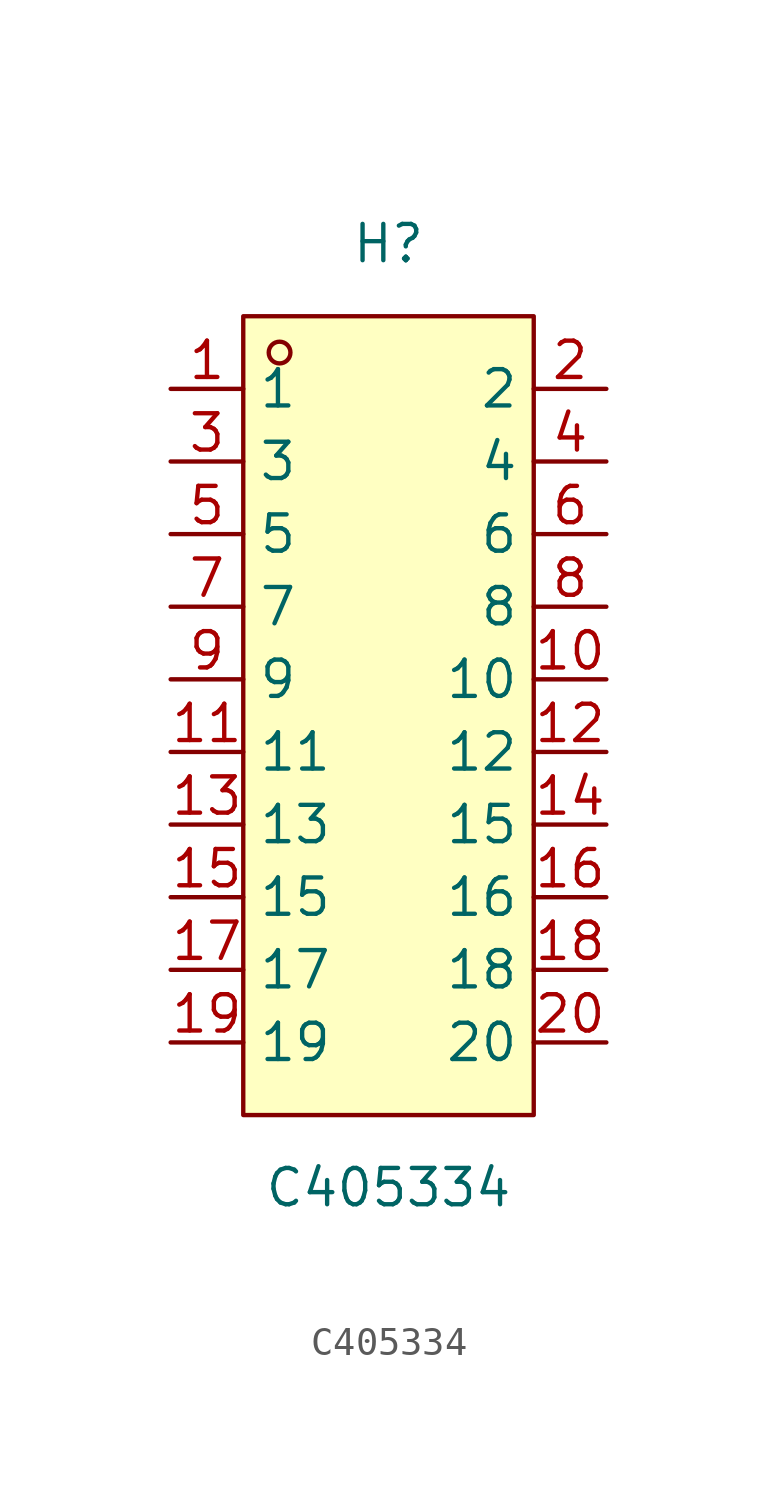
<source format=kicad_sym>
(kicad_symbol_lib
  (version 20211014)
  (generator https://github.com/uPesy/easyeda2kicad.py)
  (symbol "C405334"
    (property "Reference" "H"
      (at 0 16.51 0)
      (effects (font (size 1.27 1.27))))
    (property "Value" "C405334"
      (at 0 -16.51 0)
      (effects (font (size 1.27 1.27))))
    (symbol "C405334_0_1"
      (rectangle (start -5.08 13.97) (end 5.08 -13.97) (stroke (width 0) (type default) (color 0 0 0 0)) (fill (type background)))
      (circle (center -3.81 12.70) (radius 0.38) (stroke (width 0) (type default) (color 0 0 0 0)) (fill (type none)))
      (pin unspecified line (at -7.62 11.43 0) (length 2.54) (name "1" (effects (font (size 1.27 1.27)))) (number "1" (effects (font (size 1.27 1.27)))))
      (pin unspecified line (at 7.62 -11.43 180) (length 2.54) (name "20" (effects (font (size 1.27 1.27)))) (number "20" (effects (font (size 1.27 1.27)))))
      (pin unspecified line (at -7.62 8.89 0) (length 2.54) (name "3" (effects (font (size 1.27 1.27)))) (number "3" (effects (font (size 1.27 1.27)))))
      (pin unspecified line (at 7.62 -8.89 180) (length 2.54) (name "18" (effects (font (size 1.27 1.27)))) (number "18" (effects (font (size 1.27 1.27)))))
      (pin unspecified line (at -7.62 6.35 0) (length 2.54) (name "5" (effects (font (size 1.27 1.27)))) (number "5" (effects (font (size 1.27 1.27)))))
      (pin unspecified line (at 7.62 -6.35 180) (length 2.54) (name "16" (effects (font (size 1.27 1.27)))) (number "16" (effects (font (size 1.27 1.27)))))
      (pin unspecified line (at -7.62 3.81 0) (length 2.54) (name "7" (effects (font (size 1.27 1.27)))) (number "7" (effects (font (size 1.27 1.27)))))
      (pin unspecified line (at 7.62 -3.81 180) (length 2.54) (name "15" (effects (font (size 1.27 1.27)))) (number "14" (effects (font (size 1.27 1.27)))))
      (pin unspecified line (at -7.62 1.27 0) (length 2.54) (name "9" (effects (font (size 1.27 1.27)))) (number "9" (effects (font (size 1.27 1.27)))))
      (pin unspecified line (at 7.62 -1.27 180) (length 2.54) (name "12" (effects (font (size 1.27 1.27)))) (number "12" (effects (font (size 1.27 1.27)))))
      (pin unspecified line (at -7.62 -1.27 0) (length 2.54) (name "11" (effects (font (size 1.27 1.27)))) (number "11" (effects (font (size 1.27 1.27)))))
      (pin unspecified line (at 7.62 1.27 180) (length 2.54) (name "10" (effects (font (size 1.27 1.27)))) (number "10" (effects (font (size 1.27 1.27)))))
      (pin unspecified line (at -7.62 -3.81 0) (length 2.54) (name "13" (effects (font (size 1.27 1.27)))) (number "13" (effects (font (size 1.27 1.27)))))
      (pin unspecified line (at 7.62 3.81 180) (length 2.54) (name "8" (effects (font (size 1.27 1.27)))) (number "8" (effects (font (size 1.27 1.27)))))
      (pin unspecified line (at -7.62 -6.35 0) (length 2.54) (name "15" (effects (font (size 1.27 1.27)))) (number "15" (effects (font (size 1.27 1.27)))))
      (pin unspecified line (at 7.62 6.35 180) (length 2.54) (name "6" (effects (font (size 1.27 1.27)))) (number "6" (effects (font (size 1.27 1.27)))))
      (pin unspecified line (at -7.62 -8.89 0) (length 2.54) (name "17" (effects (font (size 1.27 1.27)))) (number "17" (effects (font (size 1.27 1.27)))))
      (pin unspecified line (at 7.62 8.89 180) (length 2.54) (name "4" (effects (font (size 1.27 1.27)))) (number "4" (effects (font (size 1.27 1.27)))))
      (pin unspecified line (at -7.62 -11.43 0) (length 2.54) (name "19" (effects (font (size 1.27 1.27)))) (number "19" (effects (font (size 1.27 1.27)))))
      (pin unspecified line (at 7.62 11.43 180) (length 2.54) (name "2" (effects (font (size 1.27 1.27)))) (number "2" (effects (font (size 1.27 1.27))))))))
</source>
